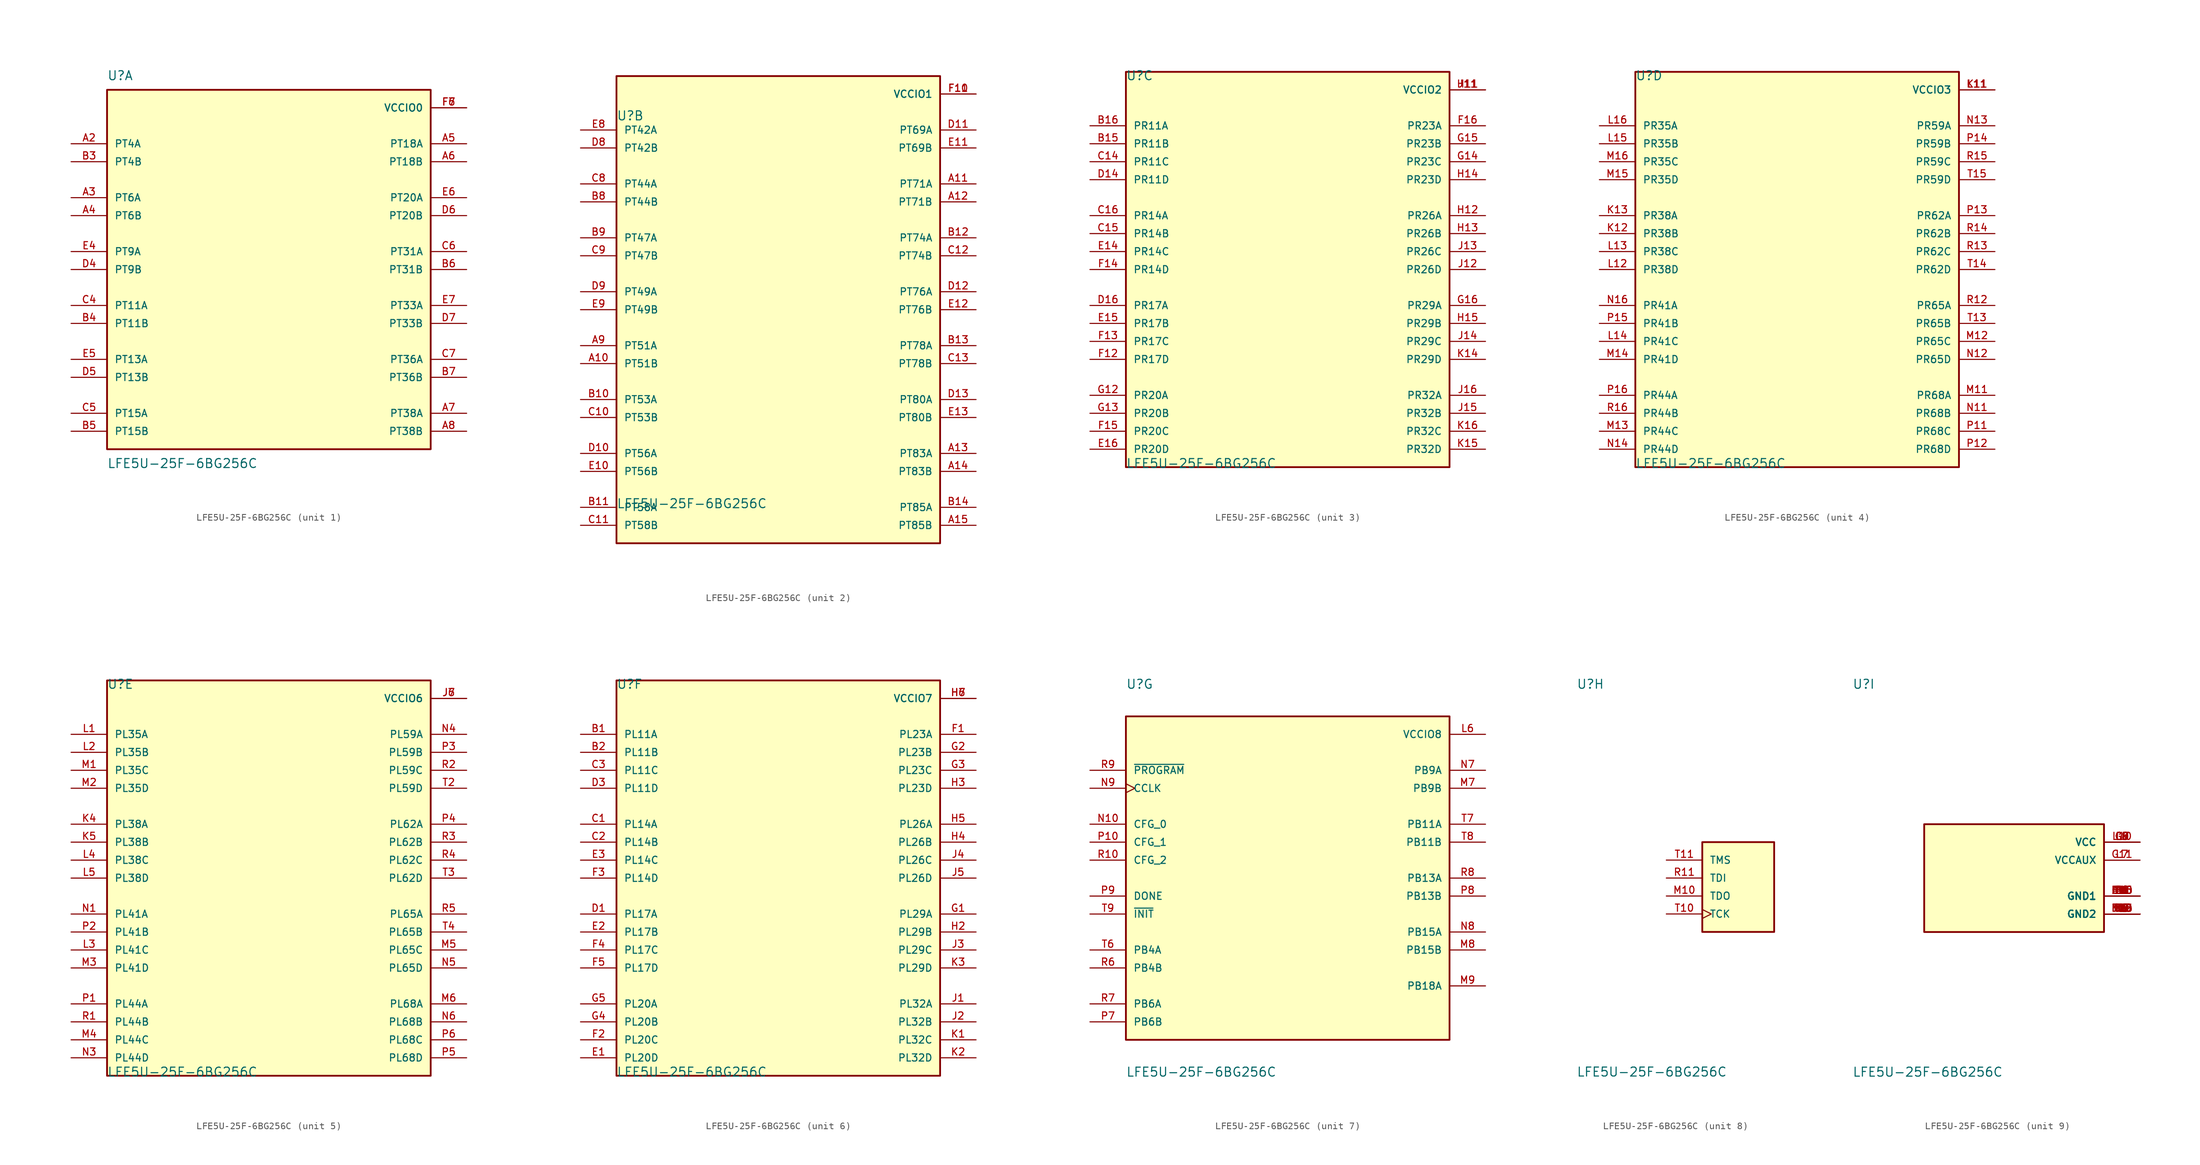
<source format=kicad_sym>
(kicad_symbol_lib
  (version 20241209)
  (generator "kicad_symbol_editor")
  (generator_version "9.0")
  (symbol "LFE5U-25F-6BG256C"
    (pin_names
      (offset 1.016))
    (property "Reference" "U"
      (at -22.86 26.67 0)
      (effects (font (size 1.27 1.27)) (justify left bottom)))
    (property "Value" "LFE5U-25F-6BG256C"
      (at -22.86 -26.67 0)
      (effects (font (size 1.27 1.27)) (justify left top)))
    (symbol "LFE5U-25F-6BG256C_1_0"
      (rectangle (start -22.86 -25.4) (end 22.86 25.4) (stroke (width 0.254) (type default)) (fill (type background)))
      (pin bidirectional line (at -27.94 17.78 0) (length 5.08) (name "PT4A" (effects (font (size 1.016 1.016)))) (number "A2" (effects (font (size 1.016 1.016)))))
      (pin bidirectional line (at -27.94 15.24 0) (length 5.08) (name "PT4B" (effects (font (size 1.016 1.016)))) (number "B3" (effects (font (size 1.016 1.016)))))
      (pin bidirectional line (at -27.94 10.16 0) (length 5.08) (name "PT6A" (effects (font (size 1.016 1.016)))) (number "A3" (effects (font (size 1.016 1.016)))))
      (pin bidirectional line (at -27.94 7.62 0) (length 5.08) (name "PT6B" (effects (font (size 1.016 1.016)))) (number "A4" (effects (font (size 1.016 1.016)))))
      (pin bidirectional line (at -27.94 2.54 0) (length 5.08) (name "PT9A" (effects (font (size 1.016 1.016)))) (number "E4" (effects (font (size 1.016 1.016)))))
      (pin bidirectional line (at -27.94 0 0) (length 5.08) (name "PT9B" (effects (font (size 1.016 1.016)))) (number "D4" (effects (font (size 1.016 1.016)))))
      (pin bidirectional line (at -27.94 -5.08 0) (length 5.08) (name "PT11A" (effects (font (size 1.016 1.016)))) (number "C4" (effects (font (size 1.016 1.016)))))
      (pin bidirectional line (at -27.94 -7.62 0) (length 5.08) (name "PT11B" (effects (font (size 1.016 1.016)))) (number "B4" (effects (font (size 1.016 1.016)))))
      (pin bidirectional line (at -27.94 -12.7 0) (length 5.08) (name "PT13A" (effects (font (size 1.016 1.016)))) (number "E5" (effects (font (size 1.016 1.016)))))
      (pin bidirectional line (at -27.94 -15.24 0) (length 5.08) (name "PT13B" (effects (font (size 1.016 1.016)))) (number "D5" (effects (font (size 1.016 1.016)))))
      (pin bidirectional line (at -27.94 -20.32 0) (length 5.08) (name "PT15A" (effects (font (size 1.016 1.016)))) (number "C5" (effects (font (size 1.016 1.016)))))
      (pin bidirectional line (at -27.94 -22.86 0) (length 5.08) (name "PT15B" (effects (font (size 1.016 1.016)))) (number "B5" (effects (font (size 1.016 1.016)))))
      (pin power_in line (at 27.94 22.86 180) (length 5.08) (name "VCCIO0" (effects (font (size 1.016 1.016)))) (number "F6" (effects (font (size 1.016 1.016)))))
      (pin power_in line (at 27.94 22.86 180) (length 5.08) (name "VCCIO0" (effects (font (size 1.016 1.016)))) (number "F7" (effects (font (size 1.016 1.016)))))
      (pin bidirectional line (at 27.94 17.78 180) (length 5.08) (name "PT18A" (effects (font (size 1.016 1.016)))) (number "A5" (effects (font (size 1.016 1.016)))))
      (pin bidirectional line (at 27.94 15.24 180) (length 5.08) (name "PT18B" (effects (font (size 1.016 1.016)))) (number "A6" (effects (font (size 1.016 1.016)))))
      (pin bidirectional line (at 27.94 10.16 180) (length 5.08) (name "PT20A" (effects (font (size 1.016 1.016)))) (number "E6" (effects (font (size 1.016 1.016)))))
      (pin bidirectional line (at 27.94 7.62 180) (length 5.08) (name "PT20B" (effects (font (size 1.016 1.016)))) (number "D6" (effects (font (size 1.016 1.016)))))
      (pin bidirectional line (at 27.94 2.54 180) (length 5.08) (name "PT31A" (effects (font (size 1.016 1.016)))) (number "C6" (effects (font (size 1.016 1.016)))))
      (pin bidirectional line (at 27.94 0 180) (length 5.08) (name "PT31B" (effects (font (size 1.016 1.016)))) (number "B6" (effects (font (size 1.016 1.016)))))
      (pin bidirectional line (at 27.94 -5.08 180) (length 5.08) (name "PT33A" (effects (font (size 1.016 1.016)))) (number "E7" (effects (font (size 1.016 1.016)))))
      (pin bidirectional line (at 27.94 -7.62 180) (length 5.08) (name "PT33B" (effects (font (size 1.016 1.016)))) (number "D7" (effects (font (size 1.016 1.016)))))
      (pin bidirectional line (at 27.94 -12.7 180) (length 5.08) (name "PT36A" (effects (font (size 1.016 1.016)))) (number "C7" (effects (font (size 1.016 1.016)))))
      (pin bidirectional line (at 27.94 -15.24 180) (length 5.08) (name "PT36B" (effects (font (size 1.016 1.016)))) (number "B7" (effects (font (size 1.016 1.016)))))
      (pin bidirectional line (at 27.94 -20.32 180) (length 5.08) (name "PT38A" (effects (font (size 1.016 1.016)))) (number "A7" (effects (font (size 1.016 1.016)))))
      (pin bidirectional line (at 27.94 -22.86 180) (length 5.08) (name "PT38B" (effects (font (size 1.016 1.016)))) (number "A8" (effects (font (size 1.016 1.016))))))
    (symbol "LFE5U-25F-6BG256C_2_0"
      (rectangle (start -22.86 -33.02) (end 22.86 33.02) (stroke (width 0.254) (type default)) (fill (type background)))
      (pin bidirectional line (at -27.94 25.4 0) (length 5.08) (name "PT42A" (effects (font (size 1.016 1.016)))) (number "E8" (effects (font (size 1.016 1.016)))))
      (pin bidirectional line (at -27.94 22.86 0) (length 5.08) (name "PT42B" (effects (font (size 1.016 1.016)))) (number "D8" (effects (font (size 1.016 1.016)))))
      (pin bidirectional line (at -27.94 17.78 0) (length 5.08) (name "PT44A" (effects (font (size 1.016 1.016)))) (number "C8" (effects (font (size 1.016 1.016)))))
      (pin bidirectional line (at -27.94 15.24 0) (length 5.08) (name "PT44B" (effects (font (size 1.016 1.016)))) (number "B8" (effects (font (size 1.016 1.016)))))
      (pin bidirectional line (at -27.94 10.16 0) (length 5.08) (name "PT47A" (effects (font (size 1.016 1.016)))) (number "B9" (effects (font (size 1.016 1.016)))))
      (pin bidirectional line (at -27.94 7.62 0) (length 5.08) (name "PT47B" (effects (font (size 1.016 1.016)))) (number "C9" (effects (font (size 1.016 1.016)))))
      (pin bidirectional line (at -27.94 2.54 0) (length 5.08) (name "PT49A" (effects (font (size 1.016 1.016)))) (number "D9" (effects (font (size 1.016 1.016)))))
      (pin bidirectional line (at -27.94 0 0) (length 5.08) (name "PT49B" (effects (font (size 1.016 1.016)))) (number "E9" (effects (font (size 1.016 1.016)))))
      (pin bidirectional line (at -27.94 -5.08 0) (length 5.08) (name "PT51A" (effects (font (size 1.016 1.016)))) (number "A9" (effects (font (size 1.016 1.016)))))
      (pin bidirectional line (at -27.94 -7.62 0) (length 5.08) (name "PT51B" (effects (font (size 1.016 1.016)))) (number "A10" (effects (font (size 1.016 1.016)))))
      (pin bidirectional line (at -27.94 -12.7 0) (length 5.08) (name "PT53A" (effects (font (size 1.016 1.016)))) (number "B10" (effects (font (size 1.016 1.016)))))
      (pin bidirectional line (at -27.94 -15.24 0) (length 5.08) (name "PT53B" (effects (font (size 1.016 1.016)))) (number "C10" (effects (font (size 1.016 1.016)))))
      (pin bidirectional line (at -27.94 -20.32 0) (length 5.08) (name "PT56A" (effects (font (size 1.016 1.016)))) (number "D10" (effects (font (size 1.016 1.016)))))
      (pin bidirectional line (at -27.94 -22.86 0) (length 5.08) (name "PT56B" (effects (font (size 1.016 1.016)))) (number "E10" (effects (font (size 1.016 1.016)))))
      (pin bidirectional line (at -27.94 -27.94 0) (length 5.08) (name "PT58A" (effects (font (size 1.016 1.016)))) (number "B11" (effects (font (size 1.016 1.016)))))
      (pin bidirectional line (at -27.94 -30.48 0) (length 5.08) (name "PT58B" (effects (font (size 1.016 1.016)))) (number "C11" (effects (font (size 1.016 1.016)))))
      (pin power_in line (at 27.94 30.48 180) (length 5.08) (name "VCCIO1" (effects (font (size 1.016 1.016)))) (number "F10" (effects (font (size 1.016 1.016)))))
      (pin power_in line (at 27.94 30.48 180) (length 5.08) (name "VCCIO1" (effects (font (size 1.016 1.016)))) (number "F11" (effects (font (size 1.016 1.016)))))
      (pin bidirectional line (at 27.94 25.4 180) (length 5.08) (name "PT69A" (effects (font (size 1.016 1.016)))) (number "D11" (effects (font (size 1.016 1.016)))))
      (pin bidirectional line (at 27.94 22.86 180) (length 5.08) (name "PT69B" (effects (font (size 1.016 1.016)))) (number "E11" (effects (font (size 1.016 1.016)))))
      (pin bidirectional line (at 27.94 17.78 180) (length 5.08) (name "PT71A" (effects (font (size 1.016 1.016)))) (number "A11" (effects (font (size 1.016 1.016)))))
      (pin bidirectional line (at 27.94 15.24 180) (length 5.08) (name "PT71B" (effects (font (size 1.016 1.016)))) (number "A12" (effects (font (size 1.016 1.016)))))
      (pin bidirectional line (at 27.94 10.16 180) (length 5.08) (name "PT74A" (effects (font (size 1.016 1.016)))) (number "B12" (effects (font (size 1.016 1.016)))))
      (pin bidirectional line (at 27.94 7.62 180) (length 5.08) (name "PT74B" (effects (font (size 1.016 1.016)))) (number "C12" (effects (font (size 1.016 1.016)))))
      (pin bidirectional line (at 27.94 2.54 180) (length 5.08) (name "PT76A" (effects (font (size 1.016 1.016)))) (number "D12" (effects (font (size 1.016 1.016)))))
      (pin bidirectional line (at 27.94 0 180) (length 5.08) (name "PT76B" (effects (font (size 1.016 1.016)))) (number "E12" (effects (font (size 1.016 1.016)))))
      (pin bidirectional line (at 27.94 -5.08 180) (length 5.08) (name "PT78A" (effects (font (size 1.016 1.016)))) (number "B13" (effects (font (size 1.016 1.016)))))
      (pin bidirectional line (at 27.94 -7.62 180) (length 5.08) (name "PT78B" (effects (font (size 1.016 1.016)))) (number "C13" (effects (font (size 1.016 1.016)))))
      (pin bidirectional line (at 27.94 -12.7 180) (length 5.08) (name "PT80A" (effects (font (size 1.016 1.016)))) (number "D13" (effects (font (size 1.016 1.016)))))
      (pin bidirectional line (at 27.94 -15.24 180) (length 5.08) (name "PT80B" (effects (font (size 1.016 1.016)))) (number "E13" (effects (font (size 1.016 1.016)))))
      (pin bidirectional line (at 27.94 -20.32 180) (length 5.08) (name "PT83A" (effects (font (size 1.016 1.016)))) (number "A13" (effects (font (size 1.016 1.016)))))
      (pin bidirectional line (at 27.94 -22.86 180) (length 5.08) (name "PT83B" (effects (font (size 1.016 1.016)))) (number "A14" (effects (font (size 1.016 1.016)))))
      (pin bidirectional line (at 27.94 -27.94 180) (length 5.08) (name "PT85A" (effects (font (size 1.016 1.016)))) (number "B14" (effects (font (size 1.016 1.016)))))
      (pin bidirectional line (at 27.94 -30.48 180) (length 5.08) (name "PT85B" (effects (font (size 1.016 1.016)))) (number "A15" (effects (font (size 1.016 1.016))))))
    (symbol "LFE5U-25F-6BG256C_3_0"
      (rectangle (start -22.86 -27.94) (end 22.86 27.94) (stroke (width 0.254) (type default)) (fill (type background)))
      (pin bidirectional line (at -27.94 20.32 0) (length 5.08) (name "PR11A" (effects (font (size 1.016 1.016)))) (number "B16" (effects (font (size 1.016 1.016)))))
      (pin bidirectional line (at -27.94 17.78 0) (length 5.08) (name "PR11B" (effects (font (size 1.016 1.016)))) (number "B15" (effects (font (size 1.016 1.016)))))
      (pin bidirectional line (at -27.94 15.24 0) (length 5.08) (name "PR11C" (effects (font (size 1.016 1.016)))) (number "C14" (effects (font (size 1.016 1.016)))))
      (pin bidirectional line (at -27.94 12.7 0) (length 5.08) (name "PR11D" (effects (font (size 1.016 1.016)))) (number "D14" (effects (font (size 1.016 1.016)))))
      (pin bidirectional line (at -27.94 7.62 0) (length 5.08) (name "PR14A" (effects (font (size 1.016 1.016)))) (number "C16" (effects (font (size 1.016 1.016)))))
      (pin bidirectional line (at -27.94 5.08 0) (length 5.08) (name "PR14B" (effects (font (size 1.016 1.016)))) (number "C15" (effects (font (size 1.016 1.016)))))
      (pin bidirectional line (at -27.94 2.54 0) (length 5.08) (name "PR14C" (effects (font (size 1.016 1.016)))) (number "E14" (effects (font (size 1.016 1.016)))))
      (pin bidirectional line (at -27.94 0 0) (length 5.08) (name "PR14D" (effects (font (size 1.016 1.016)))) (number "F14" (effects (font (size 1.016 1.016)))))
      (pin bidirectional line (at -27.94 -5.08 0) (length 5.08) (name "PR17A" (effects (font (size 1.016 1.016)))) (number "D16" (effects (font (size 1.016 1.016)))))
      (pin bidirectional line (at -27.94 -7.62 0) (length 5.08) (name "PR17B" (effects (font (size 1.016 1.016)))) (number "E15" (effects (font (size 1.016 1.016)))))
      (pin bidirectional line (at -27.94 -10.16 0) (length 5.08) (name "PR17C" (effects (font (size 1.016 1.016)))) (number "F13" (effects (font (size 1.016 1.016)))))
      (pin bidirectional line (at -27.94 -12.7 0) (length 5.08) (name "PR17D" (effects (font (size 1.016 1.016)))) (number "F12" (effects (font (size 1.016 1.016)))))
      (pin bidirectional line (at -27.94 -17.78 0) (length 5.08) (name "PR20A" (effects (font (size 1.016 1.016)))) (number "G12" (effects (font (size 1.016 1.016)))))
      (pin bidirectional line (at -27.94 -20.32 0) (length 5.08) (name "PR20B" (effects (font (size 1.016 1.016)))) (number "G13" (effects (font (size 1.016 1.016)))))
      (pin bidirectional line (at -27.94 -22.86 0) (length 5.08) (name "PR20C" (effects (font (size 1.016 1.016)))) (number "F15" (effects (font (size 1.016 1.016)))))
      (pin bidirectional line (at -27.94 -25.4 0) (length 5.08) (name "PR20D" (effects (font (size 1.016 1.016)))) (number "E16" (effects (font (size 1.016 1.016)))))
      (pin power_in line (at 27.94 25.4 180) (length 5.08) (name "VCCIO2" (effects (font (size 1.016 1.016)))) (number "H11" (effects (font (size 1.016 1.016)))))
      (pin power_in line (at 27.94 25.4 180) (length 5.08) (name "VCCIO2" (effects (font (size 1.016 1.016)))) (number "J11" (effects (font (size 1.016 1.016)))))
      (pin bidirectional line (at 27.94 20.32 180) (length 5.08) (name "PR23A" (effects (font (size 1.016 1.016)))) (number "F16" (effects (font (size 1.016 1.016)))))
      (pin bidirectional line (at 27.94 17.78 180) (length 5.08) (name "PR23B" (effects (font (size 1.016 1.016)))) (number "G15" (effects (font (size 1.016 1.016)))))
      (pin bidirectional line (at 27.94 15.24 180) (length 5.08) (name "PR23C" (effects (font (size 1.016 1.016)))) (number "G14" (effects (font (size 1.016 1.016)))))
      (pin bidirectional line (at 27.94 12.7 180) (length 5.08) (name "PR23D" (effects (font (size 1.016 1.016)))) (number "H14" (effects (font (size 1.016 1.016)))))
      (pin bidirectional line (at 27.94 7.62 180) (length 5.08) (name "PR26A" (effects (font (size 1.016 1.016)))) (number "H12" (effects (font (size 1.016 1.016)))))
      (pin bidirectional line (at 27.94 5.08 180) (length 5.08) (name "PR26B" (effects (font (size 1.016 1.016)))) (number "H13" (effects (font (size 1.016 1.016)))))
      (pin bidirectional line (at 27.94 2.54 180) (length 5.08) (name "PR26C" (effects (font (size 1.016 1.016)))) (number "J13" (effects (font (size 1.016 1.016)))))
      (pin bidirectional line (at 27.94 0 180) (length 5.08) (name "PR26D" (effects (font (size 1.016 1.016)))) (number "J12" (effects (font (size 1.016 1.016)))))
      (pin bidirectional line (at 27.94 -5.08 180) (length 5.08) (name "PR29A" (effects (font (size 1.016 1.016)))) (number "G16" (effects (font (size 1.016 1.016)))))
      (pin bidirectional line (at 27.94 -7.62 180) (length 5.08) (name "PR29B" (effects (font (size 1.016 1.016)))) (number "H15" (effects (font (size 1.016 1.016)))))
      (pin bidirectional line (at 27.94 -10.16 180) (length 5.08) (name "PR29C" (effects (font (size 1.016 1.016)))) (number "J14" (effects (font (size 1.016 1.016)))))
      (pin bidirectional line (at 27.94 -12.7 180) (length 5.08) (name "PR29D" (effects (font (size 1.016 1.016)))) (number "K14" (effects (font (size 1.016 1.016)))))
      (pin bidirectional line (at 27.94 -17.78 180) (length 5.08) (name "PR32A" (effects (font (size 1.016 1.016)))) (number "J16" (effects (font (size 1.016 1.016)))))
      (pin bidirectional line (at 27.94 -20.32 180) (length 5.08) (name "PR32B" (effects (font (size 1.016 1.016)))) (number "J15" (effects (font (size 1.016 1.016)))))
      (pin bidirectional line (at 27.94 -22.86 180) (length 5.08) (name "PR32C" (effects (font (size 1.016 1.016)))) (number "K16" (effects (font (size 1.016 1.016)))))
      (pin bidirectional line (at 27.94 -25.4 180) (length 5.08) (name "PR32D" (effects (font (size 1.016 1.016)))) (number "K15" (effects (font (size 1.016 1.016))))))
    (symbol "LFE5U-25F-6BG256C_4_0"
      (rectangle (start -22.86 -27.94) (end 22.86 27.94) (stroke (width 0.254) (type default)) (fill (type background)))
      (pin bidirectional line (at -27.94 20.32 0) (length 5.08) (name "PR35A" (effects (font (size 1.016 1.016)))) (number "L16" (effects (font (size 1.016 1.016)))))
      (pin bidirectional line (at -27.94 17.78 0) (length 5.08) (name "PR35B" (effects (font (size 1.016 1.016)))) (number "L15" (effects (font (size 1.016 1.016)))))
      (pin bidirectional line (at -27.94 15.24 0) (length 5.08) (name "PR35C" (effects (font (size 1.016 1.016)))) (number "M16" (effects (font (size 1.016 1.016)))))
      (pin bidirectional line (at -27.94 12.7 0) (length 5.08) (name "PR35D" (effects (font (size 1.016 1.016)))) (number "M15" (effects (font (size 1.016 1.016)))))
      (pin bidirectional line (at -27.94 7.62 0) (length 5.08) (name "PR38A" (effects (font (size 1.016 1.016)))) (number "K13" (effects (font (size 1.016 1.016)))))
      (pin bidirectional line (at -27.94 5.08 0) (length 5.08) (name "PR38B" (effects (font (size 1.016 1.016)))) (number "K12" (effects (font (size 1.016 1.016)))))
      (pin bidirectional line (at -27.94 2.54 0) (length 5.08) (name "PR38C" (effects (font (size 1.016 1.016)))) (number "L13" (effects (font (size 1.016 1.016)))))
      (pin bidirectional line (at -27.94 0 0) (length 5.08) (name "PR38D" (effects (font (size 1.016 1.016)))) (number "L12" (effects (font (size 1.016 1.016)))))
      (pin bidirectional line (at -27.94 -5.08 0) (length 5.08) (name "PR41A" (effects (font (size 1.016 1.016)))) (number "N16" (effects (font (size 1.016 1.016)))))
      (pin bidirectional line (at -27.94 -7.62 0) (length 5.08) (name "PR41B" (effects (font (size 1.016 1.016)))) (number "P15" (effects (font (size 1.016 1.016)))))
      (pin bidirectional line (at -27.94 -10.16 0) (length 5.08) (name "PR41C" (effects (font (size 1.016 1.016)))) (number "L14" (effects (font (size 1.016 1.016)))))
      (pin bidirectional line (at -27.94 -12.7 0) (length 5.08) (name "PR41D" (effects (font (size 1.016 1.016)))) (number "M14" (effects (font (size 1.016 1.016)))))
      (pin bidirectional line (at -27.94 -17.78 0) (length 5.08) (name "PR44A" (effects (font (size 1.016 1.016)))) (number "P16" (effects (font (size 1.016 1.016)))))
      (pin bidirectional line (at -27.94 -20.32 0) (length 5.08) (name "PR44B" (effects (font (size 1.016 1.016)))) (number "R16" (effects (font (size 1.016 1.016)))))
      (pin bidirectional line (at -27.94 -22.86 0) (length 5.08) (name "PR44C" (effects (font (size 1.016 1.016)))) (number "M13" (effects (font (size 1.016 1.016)))))
      (pin bidirectional line (at -27.94 -25.4 0) (length 5.08) (name "PR44D" (effects (font (size 1.016 1.016)))) (number "N14" (effects (font (size 1.016 1.016)))))
      (pin power_in line (at 27.94 25.4 180) (length 5.08) (name "VCCIO3" (effects (font (size 1.016 1.016)))) (number "K11" (effects (font (size 1.016 1.016)))))
      (pin power_in line (at 27.94 25.4 180) (length 5.08) (name "VCCIO3" (effects (font (size 1.016 1.016)))) (number "L11" (effects (font (size 1.016 1.016)))))
      (pin bidirectional line (at 27.94 20.32 180) (length 5.08) (name "PR59A" (effects (font (size 1.016 1.016)))) (number "N13" (effects (font (size 1.016 1.016)))))
      (pin bidirectional line (at 27.94 17.78 180) (length 5.08) (name "PR59B" (effects (font (size 1.016 1.016)))) (number "P14" (effects (font (size 1.016 1.016)))))
      (pin bidirectional line (at 27.94 15.24 180) (length 5.08) (name "PR59C" (effects (font (size 1.016 1.016)))) (number "R15" (effects (font (size 1.016 1.016)))))
      (pin bidirectional line (at 27.94 12.7 180) (length 5.08) (name "PR59D" (effects (font (size 1.016 1.016)))) (number "T15" (effects (font (size 1.016 1.016)))))
      (pin bidirectional line (at 27.94 7.62 180) (length 5.08) (name "PR62A" (effects (font (size 1.016 1.016)))) (number "P13" (effects (font (size 1.016 1.016)))))
      (pin bidirectional line (at 27.94 5.08 180) (length 5.08) (name "PR62B" (effects (font (size 1.016 1.016)))) (number "R14" (effects (font (size 1.016 1.016)))))
      (pin bidirectional line (at 27.94 2.54 180) (length 5.08) (name "PR62C" (effects (font (size 1.016 1.016)))) (number "R13" (effects (font (size 1.016 1.016)))))
      (pin bidirectional line (at 27.94 0 180) (length 5.08) (name "PR62D" (effects (font (size 1.016 1.016)))) (number "T14" (effects (font (size 1.016 1.016)))))
      (pin bidirectional line (at 27.94 -5.08 180) (length 5.08) (name "PR65A" (effects (font (size 1.016 1.016)))) (number "R12" (effects (font (size 1.016 1.016)))))
      (pin bidirectional line (at 27.94 -7.62 180) (length 5.08) (name "PR65B" (effects (font (size 1.016 1.016)))) (number "T13" (effects (font (size 1.016 1.016)))))
      (pin bidirectional line (at 27.94 -10.16 180) (length 5.08) (name "PR65C" (effects (font (size 1.016 1.016)))) (number "M12" (effects (font (size 1.016 1.016)))))
      (pin bidirectional line (at 27.94 -12.7 180) (length 5.08) (name "PR65D" (effects (font (size 1.016 1.016)))) (number "N12" (effects (font (size 1.016 1.016)))))
      (pin bidirectional line (at 27.94 -17.78 180) (length 5.08) (name "PR68A" (effects (font (size 1.016 1.016)))) (number "M11" (effects (font (size 1.016 1.016)))))
      (pin bidirectional line (at 27.94 -20.32 180) (length 5.08) (name "PR68B" (effects (font (size 1.016 1.016)))) (number "N11" (effects (font (size 1.016 1.016)))))
      (pin bidirectional line (at 27.94 -22.86 180) (length 5.08) (name "PR68C" (effects (font (size 1.016 1.016)))) (number "P11" (effects (font (size 1.016 1.016)))))
      (pin bidirectional line (at 27.94 -25.4 180) (length 5.08) (name "PR68D" (effects (font (size 1.016 1.016)))) (number "P12" (effects (font (size 1.016 1.016))))))
    (symbol "LFE5U-25F-6BG256C_5_0"
      (rectangle (start -22.86 -27.94) (end 22.86 27.94) (stroke (width 0.254) (type default)) (fill (type background)))
      (pin bidirectional line (at -27.94 20.32 0) (length 5.08) (name "PL35A" (effects (font (size 1.016 1.016)))) (number "L1" (effects (font (size 1.016 1.016)))))
      (pin bidirectional line (at -27.94 17.78 0) (length 5.08) (name "PL35B" (effects (font (size 1.016 1.016)))) (number "L2" (effects (font (size 1.016 1.016)))))
      (pin bidirectional line (at -27.94 15.24 0) (length 5.08) (name "PL35C" (effects (font (size 1.016 1.016)))) (number "M1" (effects (font (size 1.016 1.016)))))
      (pin bidirectional line (at -27.94 12.7 0) (length 5.08) (name "PL35D" (effects (font (size 1.016 1.016)))) (number "M2" (effects (font (size 1.016 1.016)))))
      (pin bidirectional line (at -27.94 7.62 0) (length 5.08) (name "PL38A" (effects (font (size 1.016 1.016)))) (number "K4" (effects (font (size 1.016 1.016)))))
      (pin bidirectional line (at -27.94 5.08 0) (length 5.08) (name "PL38B" (effects (font (size 1.016 1.016)))) (number "K5" (effects (font (size 1.016 1.016)))))
      (pin bidirectional line (at -27.94 2.54 0) (length 5.08) (name "PL38C" (effects (font (size 1.016 1.016)))) (number "L4" (effects (font (size 1.016 1.016)))))
      (pin bidirectional line (at -27.94 0 0) (length 5.08) (name "PL38D" (effects (font (size 1.016 1.016)))) (number "L5" (effects (font (size 1.016 1.016)))))
      (pin bidirectional line (at -27.94 -5.08 0) (length 5.08) (name "PL41A" (effects (font (size 1.016 1.016)))) (number "N1" (effects (font (size 1.016 1.016)))))
      (pin bidirectional line (at -27.94 -7.62 0) (length 5.08) (name "PL41B" (effects (font (size 1.016 1.016)))) (number "P2" (effects (font (size 1.016 1.016)))))
      (pin bidirectional line (at -27.94 -10.16 0) (length 5.08) (name "PL41C" (effects (font (size 1.016 1.016)))) (number "L3" (effects (font (size 1.016 1.016)))))
      (pin bidirectional line (at -27.94 -12.7 0) (length 5.08) (name "PL41D" (effects (font (size 1.016 1.016)))) (number "M3" (effects (font (size 1.016 1.016)))))
      (pin bidirectional line (at -27.94 -17.78 0) (length 5.08) (name "PL44A" (effects (font (size 1.016 1.016)))) (number "P1" (effects (font (size 1.016 1.016)))))
      (pin bidirectional line (at -27.94 -20.32 0) (length 5.08) (name "PL44B" (effects (font (size 1.016 1.016)))) (number "R1" (effects (font (size 1.016 1.016)))))
      (pin bidirectional line (at -27.94 -22.86 0) (length 5.08) (name "PL44C" (effects (font (size 1.016 1.016)))) (number "M4" (effects (font (size 1.016 1.016)))))
      (pin bidirectional line (at -27.94 -25.4 0) (length 5.08) (name "PL44D" (effects (font (size 1.016 1.016)))) (number "N3" (effects (font (size 1.016 1.016)))))
      (pin power_in line (at 27.94 25.4 180) (length 5.08) (name "VCCIO6" (effects (font (size 1.016 1.016)))) (number "J6" (effects (font (size 1.016 1.016)))))
      (pin power_in line (at 27.94 25.4 180) (length 5.08) (name "VCCIO6" (effects (font (size 1.016 1.016)))) (number "J7" (effects (font (size 1.016 1.016)))))
      (pin bidirectional line (at 27.94 20.32 180) (length 5.08) (name "PL59A" (effects (font (size 1.016 1.016)))) (number "N4" (effects (font (size 1.016 1.016)))))
      (pin bidirectional line (at 27.94 17.78 180) (length 5.08) (name "PL59B" (effects (font (size 1.016 1.016)))) (number "P3" (effects (font (size 1.016 1.016)))))
      (pin bidirectional line (at 27.94 15.24 180) (length 5.08) (name "PL59C" (effects (font (size 1.016 1.016)))) (number "R2" (effects (font (size 1.016 1.016)))))
      (pin bidirectional line (at 27.94 12.7 180) (length 5.08) (name "PL59D" (effects (font (size 1.016 1.016)))) (number "T2" (effects (font (size 1.016 1.016)))))
      (pin bidirectional line (at 27.94 7.62 180) (length 5.08) (name "PL62A" (effects (font (size 1.016 1.016)))) (number "P4" (effects (font (size 1.016 1.016)))))
      (pin bidirectional line (at 27.94 5.08 180) (length 5.08) (name "PL62B" (effects (font (size 1.016 1.016)))) (number "R3" (effects (font (size 1.016 1.016)))))
      (pin bidirectional line (at 27.94 2.54 180) (length 5.08) (name "PL62C" (effects (font (size 1.016 1.016)))) (number "R4" (effects (font (size 1.016 1.016)))))
      (pin bidirectional line (at 27.94 0 180) (length 5.08) (name "PL62D" (effects (font (size 1.016 1.016)))) (number "T3" (effects (font (size 1.016 1.016)))))
      (pin bidirectional line (at 27.94 -5.08 180) (length 5.08) (name "PL65A" (effects (font (size 1.016 1.016)))) (number "R5" (effects (font (size 1.016 1.016)))))
      (pin bidirectional line (at 27.94 -7.62 180) (length 5.08) (name "PL65B" (effects (font (size 1.016 1.016)))) (number "T4" (effects (font (size 1.016 1.016)))))
      (pin bidirectional line (at 27.94 -10.16 180) (length 5.08) (name "PL65C" (effects (font (size 1.016 1.016)))) (number "M5" (effects (font (size 1.016 1.016)))))
      (pin bidirectional line (at 27.94 -12.7 180) (length 5.08) (name "PL65D" (effects (font (size 1.016 1.016)))) (number "N5" (effects (font (size 1.016 1.016)))))
      (pin bidirectional line (at 27.94 -17.78 180) (length 5.08) (name "PL68A" (effects (font (size 1.016 1.016)))) (number "M6" (effects (font (size 1.016 1.016)))))
      (pin bidirectional line (at 27.94 -20.32 180) (length 5.08) (name "PL68B" (effects (font (size 1.016 1.016)))) (number "N6" (effects (font (size 1.016 1.016)))))
      (pin bidirectional line (at 27.94 -22.86 180) (length 5.08) (name "PL68C" (effects (font (size 1.016 1.016)))) (number "P6" (effects (font (size 1.016 1.016)))))
      (pin bidirectional line (at 27.94 -25.4 180) (length 5.08) (name "PL68D" (effects (font (size 1.016 1.016)))) (number "P5" (effects (font (size 1.016 1.016))))))
    (symbol "LFE5U-25F-6BG256C_6_0"
      (rectangle (start -22.86 -27.94) (end 22.86 27.94) (stroke (width 0.254) (type default)) (fill (type background)))
      (pin bidirectional line (at -27.94 20.32 0) (length 5.08) (name "PL11A" (effects (font (size 1.016 1.016)))) (number "B1" (effects (font (size 1.016 1.016)))))
      (pin bidirectional line (at -27.94 17.78 0) (length 5.08) (name "PL11B" (effects (font (size 1.016 1.016)))) (number "B2" (effects (font (size 1.016 1.016)))))
      (pin bidirectional line (at -27.94 15.24 0) (length 5.08) (name "PL11C" (effects (font (size 1.016 1.016)))) (number "C3" (effects (font (size 1.016 1.016)))))
      (pin bidirectional line (at -27.94 12.7 0) (length 5.08) (name "PL11D" (effects (font (size 1.016 1.016)))) (number "D3" (effects (font (size 1.016 1.016)))))
      (pin bidirectional line (at -27.94 7.62 0) (length 5.08) (name "PL14A" (effects (font (size 1.016 1.016)))) (number "C1" (effects (font (size 1.016 1.016)))))
      (pin bidirectional line (at -27.94 5.08 0) (length 5.08) (name "PL14B" (effects (font (size 1.016 1.016)))) (number "C2" (effects (font (size 1.016 1.016)))))
      (pin bidirectional line (at -27.94 2.54 0) (length 5.08) (name "PL14C" (effects (font (size 1.016 1.016)))) (number "E3" (effects (font (size 1.016 1.016)))))
      (pin bidirectional line (at -27.94 0 0) (length 5.08) (name "PL14D" (effects (font (size 1.016 1.016)))) (number "F3" (effects (font (size 1.016 1.016)))))
      (pin bidirectional line (at -27.94 -5.08 0) (length 5.08) (name "PL17A" (effects (font (size 1.016 1.016)))) (number "D1" (effects (font (size 1.016 1.016)))))
      (pin bidirectional line (at -27.94 -7.62 0) (length 5.08) (name "PL17B" (effects (font (size 1.016 1.016)))) (number "E2" (effects (font (size 1.016 1.016)))))
      (pin bidirectional line (at -27.94 -10.16 0) (length 5.08) (name "PL17C" (effects (font (size 1.016 1.016)))) (number "F4" (effects (font (size 1.016 1.016)))))
      (pin bidirectional line (at -27.94 -12.7 0) (length 5.08) (name "PL17D" (effects (font (size 1.016 1.016)))) (number "F5" (effects (font (size 1.016 1.016)))))
      (pin bidirectional line (at -27.94 -17.78 0) (length 5.08) (name "PL20A" (effects (font (size 1.016 1.016)))) (number "G5" (effects (font (size 1.016 1.016)))))
      (pin bidirectional line (at -27.94 -20.32 0) (length 5.08) (name "PL20B" (effects (font (size 1.016 1.016)))) (number "G4" (effects (font (size 1.016 1.016)))))
      (pin bidirectional line (at -27.94 -22.86 0) (length 5.08) (name "PL20C" (effects (font (size 1.016 1.016)))) (number "F2" (effects (font (size 1.016 1.016)))))
      (pin bidirectional line (at -27.94 -25.4 0) (length 5.08) (name "PL20D" (effects (font (size 1.016 1.016)))) (number "E1" (effects (font (size 1.016 1.016)))))
      (pin power_in line (at 27.94 25.4 180) (length 5.08) (name "VCCIO7" (effects (font (size 1.016 1.016)))) (number "H6" (effects (font (size 1.016 1.016)))))
      (pin power_in line (at 27.94 25.4 180) (length 5.08) (name "VCCIO7" (effects (font (size 1.016 1.016)))) (number "H7" (effects (font (size 1.016 1.016)))))
      (pin bidirectional line (at 27.94 20.32 180) (length 5.08) (name "PL23A" (effects (font (size 1.016 1.016)))) (number "F1" (effects (font (size 1.016 1.016)))))
      (pin bidirectional line (at 27.94 17.78 180) (length 5.08) (name "PL23B" (effects (font (size 1.016 1.016)))) (number "G2" (effects (font (size 1.016 1.016)))))
      (pin bidirectional line (at 27.94 15.24 180) (length 5.08) (name "PL23C" (effects (font (size 1.016 1.016)))) (number "G3" (effects (font (size 1.016 1.016)))))
      (pin bidirectional line (at 27.94 12.7 180) (length 5.08) (name "PL23D" (effects (font (size 1.016 1.016)))) (number "H3" (effects (font (size 1.016 1.016)))))
      (pin bidirectional line (at 27.94 7.62 180) (length 5.08) (name "PL26A" (effects (font (size 1.016 1.016)))) (number "H5" (effects (font (size 1.016 1.016)))))
      (pin bidirectional line (at 27.94 5.08 180) (length 5.08) (name "PL26B" (effects (font (size 1.016 1.016)))) (number "H4" (effects (font (size 1.016 1.016)))))
      (pin bidirectional line (at 27.94 2.54 180) (length 5.08) (name "PL26C" (effects (font (size 1.016 1.016)))) (number "J4" (effects (font (size 1.016 1.016)))))
      (pin bidirectional line (at 27.94 0 180) (length 5.08) (name "PL26D" (effects (font (size 1.016 1.016)))) (number "J5" (effects (font (size 1.016 1.016)))))
      (pin bidirectional line (at 27.94 -5.08 180) (length 5.08) (name "PL29A" (effects (font (size 1.016 1.016)))) (number "G1" (effects (font (size 1.016 1.016)))))
      (pin bidirectional line (at 27.94 -7.62 180) (length 5.08) (name "PL29B" (effects (font (size 1.016 1.016)))) (number "H2" (effects (font (size 1.016 1.016)))))
      (pin bidirectional line (at 27.94 -10.16 180) (length 5.08) (name "PL29C" (effects (font (size 1.016 1.016)))) (number "J3" (effects (font (size 1.016 1.016)))))
      (pin bidirectional line (at 27.94 -12.7 180) (length 5.08) (name "PL29D" (effects (font (size 1.016 1.016)))) (number "K3" (effects (font (size 1.016 1.016)))))
      (pin bidirectional line (at 27.94 -17.78 180) (length 5.08) (name "PL32A" (effects (font (size 1.016 1.016)))) (number "J1" (effects (font (size 1.016 1.016)))))
      (pin bidirectional line (at 27.94 -20.32 180) (length 5.08) (name "PL32B" (effects (font (size 1.016 1.016)))) (number "J2" (effects (font (size 1.016 1.016)))))
      (pin bidirectional line (at 27.94 -22.86 180) (length 5.08) (name "PL32C" (effects (font (size 1.016 1.016)))) (number "K1" (effects (font (size 1.016 1.016)))))
      (pin bidirectional line (at 27.94 -25.4 180) (length 5.08) (name "PL32D" (effects (font (size 1.016 1.016)))) (number "K2" (effects (font (size 1.016 1.016))))))
    (symbol "LFE5U-25F-6BG256C_7_0"
      (rectangle (start -22.86 -22.86) (end 22.86 22.86) (stroke (width 0.254) (type default)) (fill (type background)))
      (pin input line (at -27.94 15.24 0) (length 5.08) (name "~{PROGRAM}" (effects (font (size 1.016 1.016)))) (number "R9" (effects (font (size 1.016 1.016)))))
      (pin input clock (at -27.94 12.7 0) (length 5.08) (name "CCLK" (effects (font (size 1.016 1.016)))) (number "N9" (effects (font (size 1.016 1.016)))))
      (pin input line (at -27.94 7.62 0) (length 5.08) (name "CFG_0" (effects (font (size 1.016 1.016)))) (number "N10" (effects (font (size 1.016 1.016)))))
      (pin input line (at -27.94 5.08 0) (length 5.08) (name "CFG_1" (effects (font (size 1.016 1.016)))) (number "P10" (effects (font (size 1.016 1.016)))))
      (pin input line (at -27.94 2.54 0) (length 5.08) (name "CFG_2" (effects (font (size 1.016 1.016)))) (number "R10" (effects (font (size 1.016 1.016)))))
      (pin bidirectional line (at -27.94 -2.54 0) (length 5.08) (name "DONE" (effects (font (size 1.016 1.016)))) (number "P9" (effects (font (size 1.016 1.016)))))
      (pin bidirectional line (at -27.94 -5.08 0) (length 5.08) (name "~{INIT}" (effects (font (size 1.016 1.016)))) (number "T9" (effects (font (size 1.016 1.016)))))
      (pin bidirectional line (at -27.94 -10.16 0) (length 5.08) (name "PB4A" (effects (font (size 1.016 1.016)))) (number "T6" (effects (font (size 1.016 1.016)))))
      (pin bidirectional line (at -27.94 -12.7 0) (length 5.08) (name "PB4B" (effects (font (size 1.016 1.016)))) (number "R6" (effects (font (size 1.016 1.016)))))
      (pin bidirectional line (at -27.94 -17.78 0) (length 5.08) (name "PB6A" (effects (font (size 1.016 1.016)))) (number "R7" (effects (font (size 1.016 1.016)))))
      (pin bidirectional line (at -27.94 -20.32 0) (length 5.08) (name "PB6B" (effects (font (size 1.016 1.016)))) (number "P7" (effects (font (size 1.016 1.016)))))
      (pin power_in line (at 27.94 20.32 180) (length 5.08) (name "VCCIO8" (effects (font (size 1.016 1.016)))) (number "L6" (effects (font (size 1.016 1.016)))))
      (pin bidirectional line (at 27.94 15.24 180) (length 5.08) (name "PB9A" (effects (font (size 1.016 1.016)))) (number "N7" (effects (font (size 1.016 1.016)))))
      (pin bidirectional line (at 27.94 12.7 180) (length 5.08) (name "PB9B" (effects (font (size 1.016 1.016)))) (number "M7" (effects (font (size 1.016 1.016)))))
      (pin bidirectional line (at 27.94 7.62 180) (length 5.08) (name "PB11A" (effects (font (size 1.016 1.016)))) (number "T7" (effects (font (size 1.016 1.016)))))
      (pin bidirectional line (at 27.94 5.08 180) (length 5.08) (name "PB11B" (effects (font (size 1.016 1.016)))) (number "T8" (effects (font (size 1.016 1.016)))))
      (pin bidirectional line (at 27.94 0 180) (length 5.08) (name "PB13A" (effects (font (size 1.016 1.016)))) (number "R8" (effects (font (size 1.016 1.016)))))
      (pin bidirectional line (at 27.94 -2.54 180) (length 5.08) (name "PB13B" (effects (font (size 1.016 1.016)))) (number "P8" (effects (font (size 1.016 1.016)))))
      (pin bidirectional line (at 27.94 -7.62 180) (length 5.08) (name "PB15A" (effects (font (size 1.016 1.016)))) (number "N8" (effects (font (size 1.016 1.016)))))
      (pin bidirectional line (at 27.94 -10.16 180) (length 5.08) (name "PB15B" (effects (font (size 1.016 1.016)))) (number "M8" (effects (font (size 1.016 1.016)))))
      (pin bidirectional line (at 27.94 -15.24 180) (length 5.08) (name "PB18A" (effects (font (size 1.016 1.016)))) (number "M9" (effects (font (size 1.016 1.016))))))
    (symbol "LFE5U-25F-6BG256C_8_0"
      (rectangle (start -5.08 -7.62) (end 5.08 5.08) (stroke (width 0.254) (type default)) (fill (type background)))
      (pin input line (at -10.16 2.54 0) (length 5.08) (name "TMS" (effects (font (size 1.016 1.016)))) (number "T11" (effects (font (size 1.016 1.016)))))
      (pin input line (at -10.16 0 0) (length 5.08) (name "TDI" (effects (font (size 1.016 1.016)))) (number "R11" (effects (font (size 1.016 1.016)))))
      (pin output line (at -10.16 -2.54 0) (length 5.08) (name "TDO" (effects (font (size 1.016 1.016)))) (number "M10" (effects (font (size 1.016 1.016)))))
      (pin bidirectional clock (at -10.16 -5.08 0) (length 5.08) (name "TCK" (effects (font (size 1.016 1.016)))) (number "T10" (effects (font (size 1.016 1.016))))))
    (symbol "LFE5U-25F-6BG256C_9_0"
      (rectangle (start -12.7 -7.62) (end 12.7 7.62) (stroke (width 0.254) (type default)) (fill (type background)))
      (pin power_in line (at 17.78 5.08 180) (length 5.08) (name "VCC" (effects (font (size 1.016 1.016)))) (number "G6" (effects (font (size 1.016 1.016)))))
      (pin power_in line (at 17.78 5.08 180) (length 5.08) (name "VCC" (effects (font (size 1.016 1.016)))) (number "G7" (effects (font (size 1.016 1.016)))))
      (pin power_in line (at 17.78 5.08 180) (length 5.08) (name "VCC" (effects (font (size 1.016 1.016)))) (number "G9" (effects (font (size 1.016 1.016)))))
      (pin power_in line (at 17.78 5.08 180) (length 5.08) (name "VCC" (effects (font (size 1.016 1.016)))) (number "L10" (effects (font (size 1.016 1.016)))))
      (pin power_in line (at 17.78 5.08 180) (length 5.08) (name "VCC" (effects (font (size 1.016 1.016)))) (number "L8" (effects (font (size 1.016 1.016)))))
      (pin power_in line (at 17.78 5.08 180) (length 5.08) (name "VCC" (effects (font (size 1.016 1.016)))) (number "L9" (effects (font (size 1.016 1.016)))))
      (pin power_in line (at 17.78 2.54 180) (length 5.08) (name "VCCAUX" (effects (font (size 1.016 1.016)))) (number "G11" (effects (font (size 1.016 1.016)))))
      (pin power_in line (at 17.78 2.54 180) (length 5.08) (name "VCCAUX" (effects (font (size 1.016 1.016)))) (number "L7" (effects (font (size 1.016 1.016)))))
      (pin power_in line (at 17.78 -2.54 180) (length 5.08) (name "GND1" (effects (font (size 1.016 1.016)))) (number "A1" (effects (font (size 1.016 1.016)))))
      (pin power_in line (at 17.78 -2.54 180) (length 5.08) (name "GND1" (effects (font (size 1.016 1.016)))) (number "A16" (effects (font (size 1.016 1.016)))))
      (pin power_in line (at 17.78 -2.54 180) (length 5.08) (name "GND1" (effects (font (size 1.016 1.016)))) (number "D15" (effects (font (size 1.016 1.016)))))
      (pin power_in line (at 17.78 -2.54 180) (length 5.08) (name "GND1" (effects (font (size 1.016 1.016)))) (number "D2" (effects (font (size 1.016 1.016)))))
      (pin power_in line (at 17.78 -2.54 180) (length 5.08) (name "GND1" (effects (font (size 1.016 1.016)))) (number "F8" (effects (font (size 1.016 1.016)))))
      (pin power_in line (at 17.78 -2.54 180) (length 5.08) (name "GND1" (effects (font (size 1.016 1.016)))) (number "F9" (effects (font (size 1.016 1.016)))))
      (pin power_in line (at 17.78 -2.54 180) (length 5.08) (name "GND1" (effects (font (size 1.016 1.016)))) (number "G10" (effects (font (size 1.016 1.016)))))
      (pin power_in line (at 17.78 -2.54 180) (length 5.08) (name "GND1" (effects (font (size 1.016 1.016)))) (number "G8" (effects (font (size 1.016 1.016)))))
      (pin power_in line (at 17.78 -2.54 180) (length 5.08) (name "GND1" (effects (font (size 1.016 1.016)))) (number "H1" (effects (font (size 1.016 1.016)))))
      (pin power_in line (at 17.78 -2.54 180) (length 5.08) (name "GND1" (effects (font (size 1.016 1.016)))) (number "H10" (effects (font (size 1.016 1.016)))))
      (pin power_in line (at 17.78 -2.54 180) (length 5.08) (name "GND1" (effects (font (size 1.016 1.016)))) (number "H16" (effects (font (size 1.016 1.016)))))
      (pin power_in line (at 17.78 -2.54 180) (length 5.08) (name "GND1" (effects (font (size 1.016 1.016)))) (number "H8" (effects (font (size 1.016 1.016)))))
      (pin power_in line (at 17.78 -2.54 180) (length 5.08) (name "GND1" (effects (font (size 1.016 1.016)))) (number "H9" (effects (font (size 1.016 1.016)))))
      (pin power_in line (at 17.78 -5.08 180) (length 5.08) (name "GND2" (effects (font (size 1.016 1.016)))) (number "J10" (effects (font (size 1.016 1.016)))))
      (pin power_in line (at 17.78 -5.08 180) (length 5.08) (name "GND2" (effects (font (size 1.016 1.016)))) (number "J8" (effects (font (size 1.016 1.016)))))
      (pin power_in line (at 17.78 -5.08 180) (length 5.08) (name "GND2" (effects (font (size 1.016 1.016)))) (number "J9" (effects (font (size 1.016 1.016)))))
      (pin power_in line (at 17.78 -5.08 180) (length 5.08) (name "GND2" (effects (font (size 1.016 1.016)))) (number "K10" (effects (font (size 1.016 1.016)))))
      (pin power_in line (at 17.78 -5.08 180) (length 5.08) (name "GND2" (effects (font (size 1.016 1.016)))) (number "K6" (effects (font (size 1.016 1.016)))))
      (pin power_in line (at 17.78 -5.08 180) (length 5.08) (name "GND2" (effects (font (size 1.016 1.016)))) (number "K7" (effects (font (size 1.016 1.016)))))
      (pin power_in line (at 17.78 -5.08 180) (length 5.08) (name "GND2" (effects (font (size 1.016 1.016)))) (number "K8" (effects (font (size 1.016 1.016)))))
      (pin power_in line (at 17.78 -5.08 180) (length 5.08) (name "GND2" (effects (font (size 1.016 1.016)))) (number "K9" (effects (font (size 1.016 1.016)))))
      (pin power_in line (at 17.78 -5.08 180) (length 5.08) (name "GND2" (effects (font (size 1.016 1.016)))) (number "N15" (effects (font (size 1.016 1.016)))))
      (pin power_in line (at 17.78 -5.08 180) (length 5.08) (name "GND2" (effects (font (size 1.016 1.016)))) (number "N2" (effects (font (size 1.016 1.016)))))
      (pin power_in line (at 17.78 -5.08 180) (length 5.08) (name "GND2" (effects (font (size 1.016 1.016)))) (number "T1" (effects (font (size 1.016 1.016)))))
      (pin power_in line (at 17.78 -5.08 180) (length 5.08) (name "GND2" (effects (font (size 1.016 1.016)))) (number "T12" (effects (font (size 1.016 1.016)))))
      (pin power_in line (at 17.78 -5.08 180) (length 5.08) (name "GND2" (effects (font (size 1.016 1.016)))) (number "T16" (effects (font (size 1.016 1.016)))))
      (pin power_in line (at 17.78 -5.08 180) (length 5.08) (name "GND2" (effects (font (size 1.016 1.016)))) (number "T5" (effects (font (size 1.016 1.016))))))))
</source>
